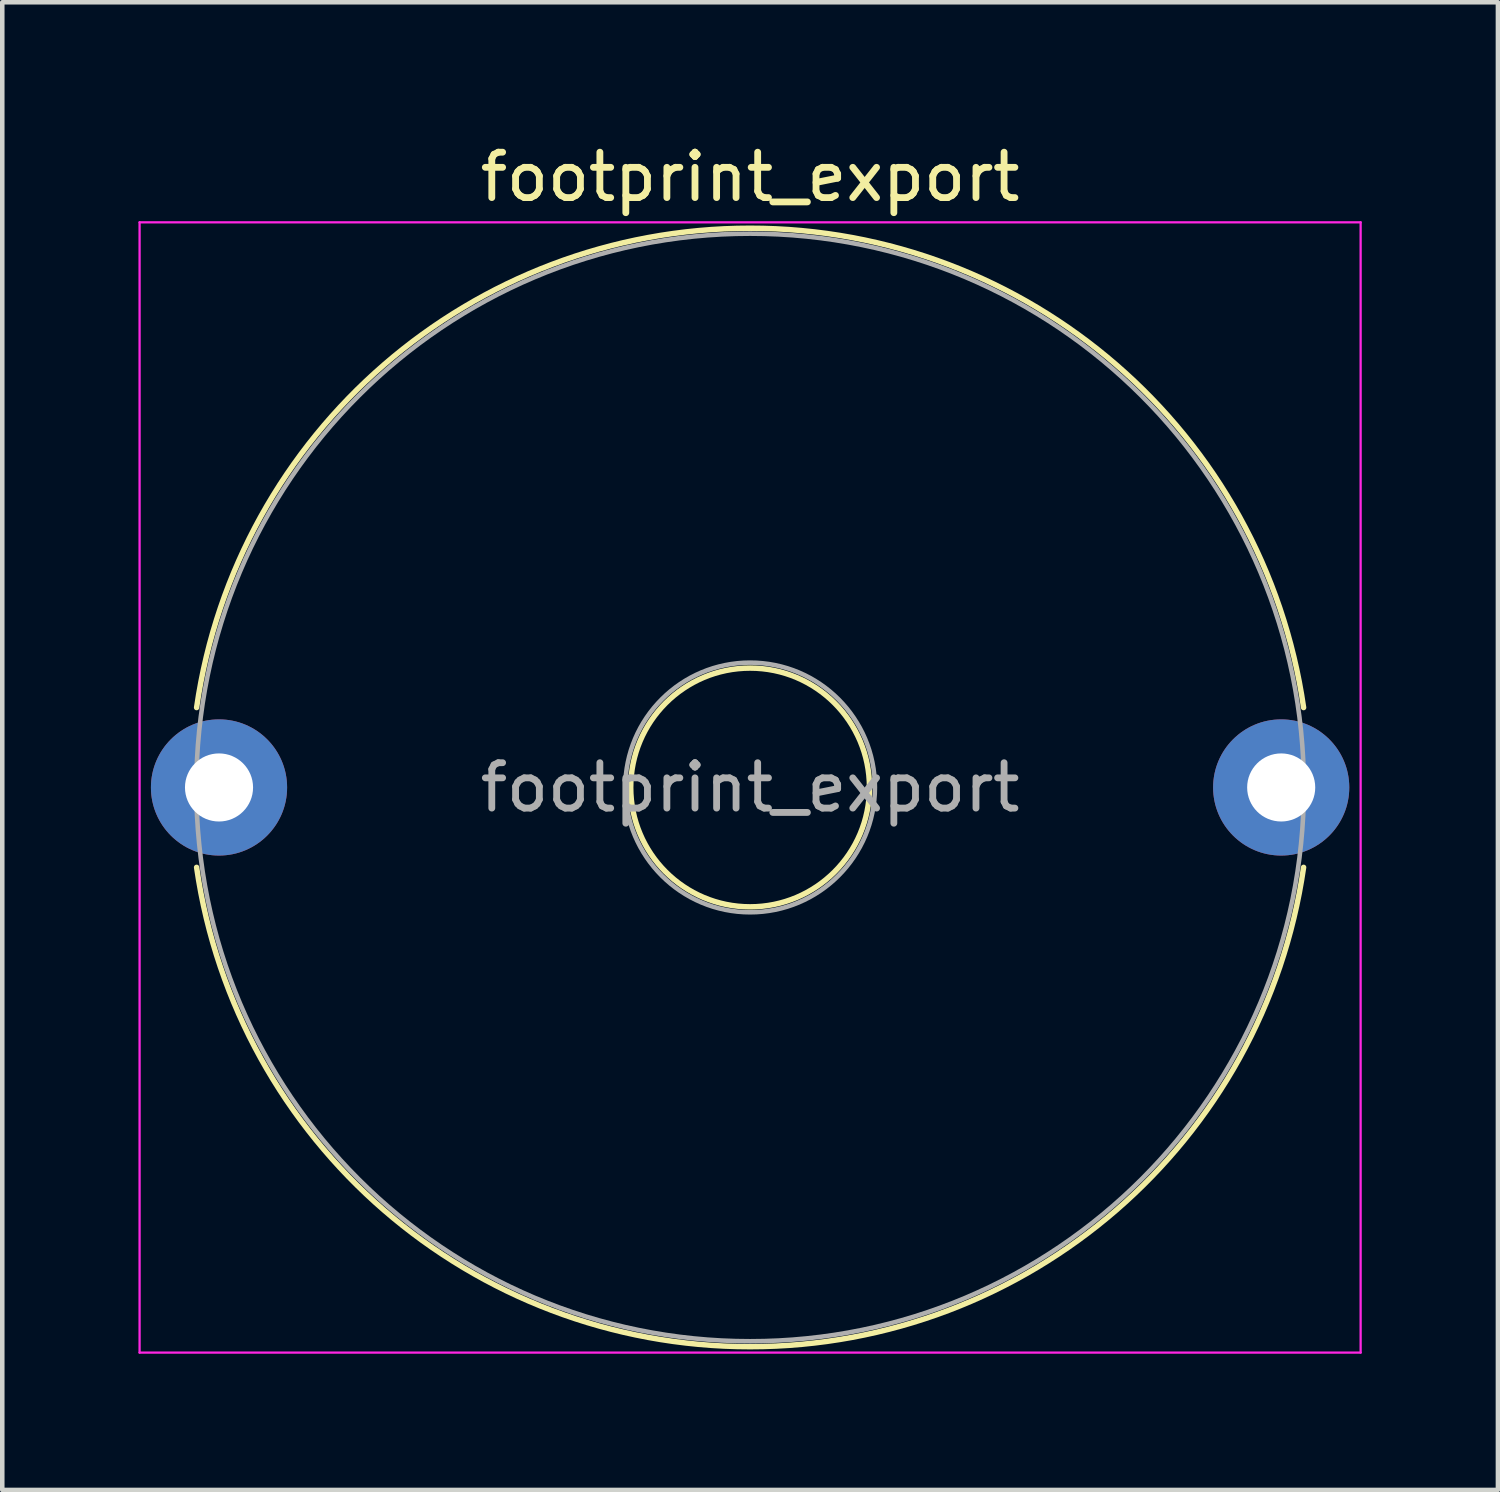
<source format=kicad_pcb>
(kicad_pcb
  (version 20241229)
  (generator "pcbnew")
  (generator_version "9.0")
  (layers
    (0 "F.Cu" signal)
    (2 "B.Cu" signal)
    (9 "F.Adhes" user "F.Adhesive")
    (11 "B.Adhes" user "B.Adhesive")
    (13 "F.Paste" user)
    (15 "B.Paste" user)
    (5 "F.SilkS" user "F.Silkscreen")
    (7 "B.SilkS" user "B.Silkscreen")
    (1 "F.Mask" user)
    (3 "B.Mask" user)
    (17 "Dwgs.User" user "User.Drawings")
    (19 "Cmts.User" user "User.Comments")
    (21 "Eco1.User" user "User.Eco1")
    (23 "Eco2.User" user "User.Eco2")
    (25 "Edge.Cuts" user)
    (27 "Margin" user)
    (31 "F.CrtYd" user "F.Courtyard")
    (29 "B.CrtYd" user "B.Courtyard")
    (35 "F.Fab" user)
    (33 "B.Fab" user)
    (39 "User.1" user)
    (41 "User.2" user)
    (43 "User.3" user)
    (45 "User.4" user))
  (footprint "footprint_export"
    (layer "F.Cu")
    (at 1.775 14.298)
    (property "Reference" "footprint_export" (at 11.7 -13.45 0) (layer "F.SilkS") (effects (font (size 1 1) (thickness 0.15))))
    (attr through_hole)
    (fp_arc (start -0.493638 -1.76) (mid 11.7 -12.32) (end 23.893638 -1.76) (stroke (width 0.12) (type solid)) (layer "F.SilkS"))
    (fp_arc (start 23.893638 1.76) (mid 11.7 12.32) (end -0.493638 1.76) (stroke (width 0.12) (type solid)) (layer "F.SilkS"))
    (fp_circle (center 11.7 0) (end 14.33 0) (stroke (width 0.12) (type solid)) (fill no) (layer "F.SilkS"))
    (fp_line (start -1.75 -12.45) (end -1.75 12.45) (stroke (width 0.05) (type solid)) (layer "F.CrtYd"))
    (fp_line (start -1.75 12.45) (end 25.15 12.45) (stroke (width 0.05) (type solid)) (layer "F.CrtYd"))
    (fp_line (start 25.15 -12.45) (end -1.75 -12.45) (stroke (width 0.05) (type solid)) (layer "F.CrtYd"))
    (fp_line (start 25.15 12.45) (end 25.15 -12.45) (stroke (width 0.05) (type solid)) (layer "F.CrtYd"))
    (fp_circle (center 11.7 0) (end 14.45 0) (stroke (width 0.1) (type solid)) (fill no) (layer "F.Fab"))
    (fp_circle (center 11.7 0) (end 23.9 0) (stroke (width 0.1) (type solid)) (fill no) (layer "F.Fab"))
    (fp_text user "${REFERENCE}" (at 11.7 0 0) (layer "F.Fab") (effects (font (size 1 1) (thickness 0.15))))
    (pad "1" thru_hole circle (at 0 0) (size 3 3) (drill 1.5) (layers "*.Cu" "*.Mask"))
    (pad "2" thru_hole circle (at 23.4 0) (size 3 3) (drill 1.5) (layers "*.Cu" "*.Mask")))
  (gr_rect
    (start -3 -3)
    (end 29.95 29.773)
    (stroke (width 0.1) (type default))
    (fill no)
    (layer "Edge.Cuts")))
</source>
